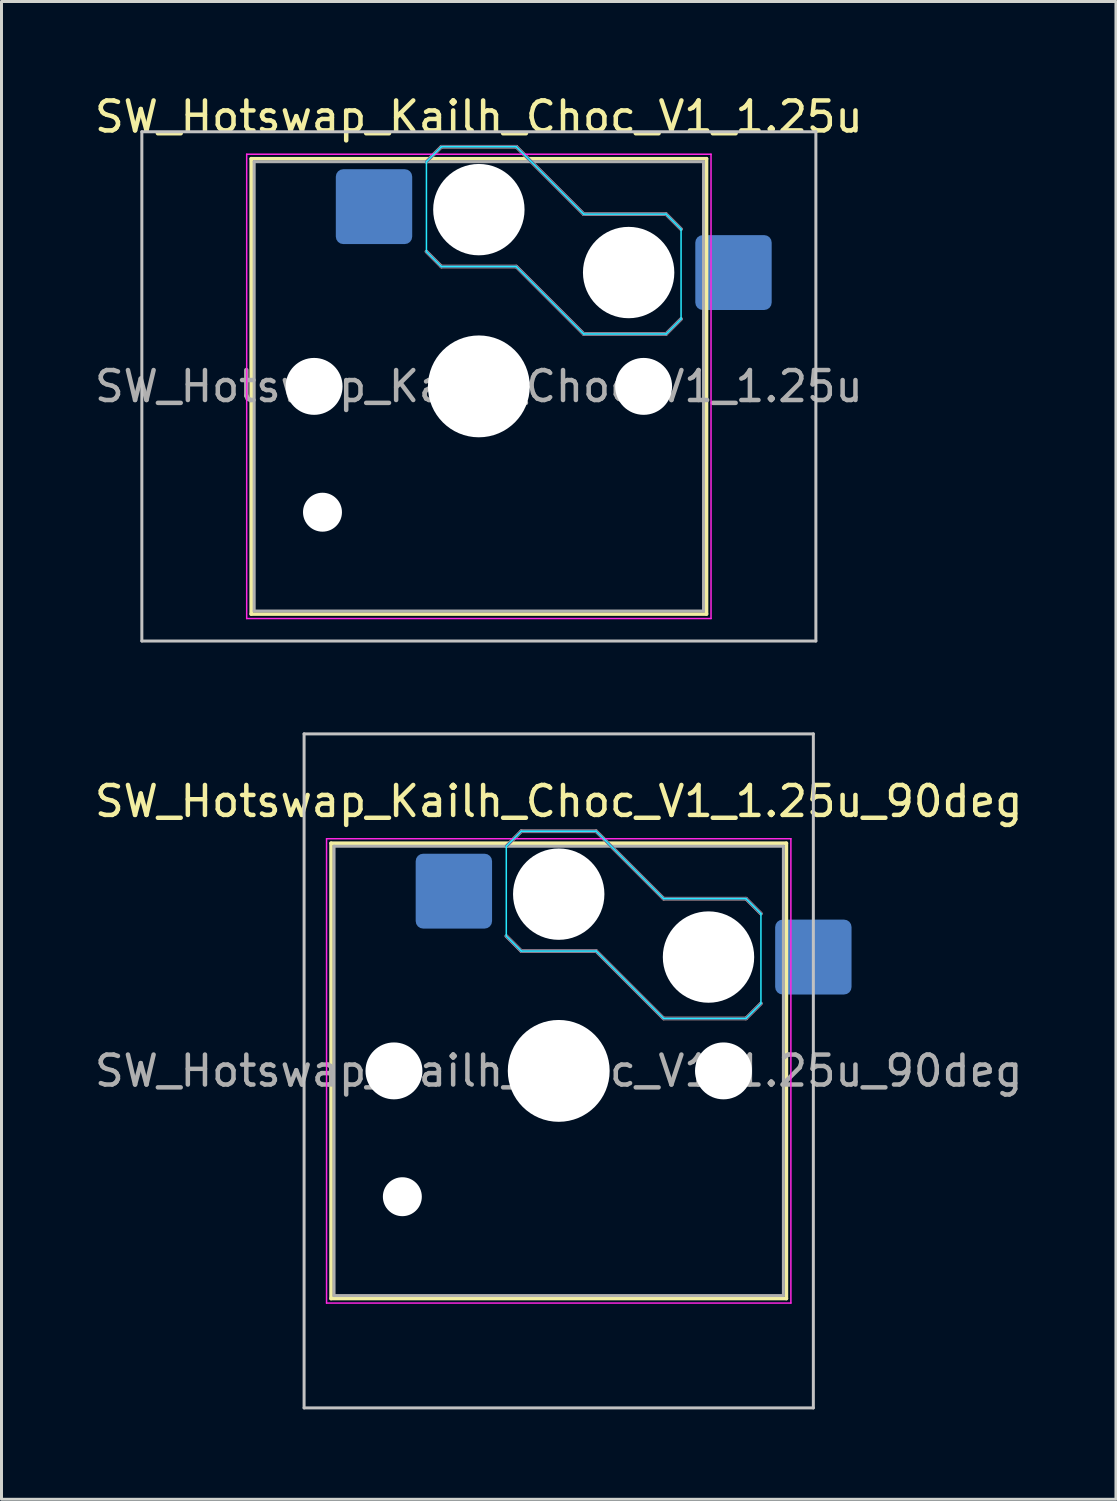
<source format=kicad_pcb>
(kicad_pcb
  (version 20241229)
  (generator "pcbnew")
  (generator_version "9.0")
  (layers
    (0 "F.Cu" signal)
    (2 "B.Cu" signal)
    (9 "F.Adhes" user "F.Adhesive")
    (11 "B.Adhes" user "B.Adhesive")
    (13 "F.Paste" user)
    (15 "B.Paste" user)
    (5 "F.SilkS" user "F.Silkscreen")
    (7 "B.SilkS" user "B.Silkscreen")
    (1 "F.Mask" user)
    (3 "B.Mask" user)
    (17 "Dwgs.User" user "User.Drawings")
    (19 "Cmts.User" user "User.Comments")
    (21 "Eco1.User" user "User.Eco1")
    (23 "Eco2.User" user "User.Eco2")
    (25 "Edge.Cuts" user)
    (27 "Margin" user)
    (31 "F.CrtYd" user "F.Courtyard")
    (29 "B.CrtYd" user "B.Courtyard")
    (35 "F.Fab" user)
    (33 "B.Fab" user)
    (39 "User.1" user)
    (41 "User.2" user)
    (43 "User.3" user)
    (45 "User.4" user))
  (footprint "SW_Hotswap_Kailh_Choc_V1_1.25u_90deg"
    (layer "F.Cu")
    (at 15.601 32.698)
    (property "Reference" "SW_Hotswap_Kailh_Choc_V1_1.25u_90deg" (at 0 -9 0) (layer "F.SilkS") (effects (font (size 1 1) (thickness 0.15))))
    (attr smd)
    (fp_line (start -7.6 -7.6) (end -7.6 7.6) (stroke (width 0.12) (type solid)) (layer "F.SilkS"))
    (fp_line (start -7.6 7.6) (end 7.6 7.6) (stroke (width 0.12) (type solid)) (layer "F.SilkS"))
    (fp_line (start 7.6 -7.6) (end -7.6 -7.6) (stroke (width 0.12) (type solid)) (layer "F.SilkS"))
    (fp_line (start 7.6 7.6) (end 7.6 -7.6) (stroke (width 0.12) (type solid)) (layer "F.SilkS"))
    (fp_line (start -1.75 -7.5) (end -1.25 -8) (stroke (width 0.12) (type solid)) (layer "B.SilkS"))
    (fp_line (start -1.25 -8) (end 1.25 -8) (stroke (width 0.12) (type solid)) (layer "B.SilkS"))
    (fp_line (start -1.25 -4) (end -1.75 -4.5) (stroke (width 0.12) (type solid)) (layer "B.SilkS"))
    (fp_line (start 1.25 -8) (end 3.5 -5.75) (stroke (width 0.12) (type solid)) (layer "B.SilkS"))
    (fp_line (start 1.25 -4) (end -1.25 -4) (stroke (width 0.12) (type solid)) (layer "B.SilkS"))
    (fp_line (start 3.5 -5.75) (end 6.25 -5.75) (stroke (width 0.12) (type solid)) (layer "B.SilkS"))
    (fp_line (start 3.5 -1.75) (end 1.25 -4) (stroke (width 0.12) (type solid)) (layer "B.SilkS"))
    (fp_line (start 6.25 -5.75) (end 6.75 -5.25) (stroke (width 0.12) (type solid)) (layer "B.SilkS"))
    (fp_line (start 6.25 -1.75) (end 3.5 -1.75) (stroke (width 0.12) (type solid)) (layer "B.SilkS"))
    (fp_line (start 6.75 -2.25) (end 6.25 -1.75) (stroke (width 0.12) (type solid)) (layer "B.SilkS"))
    (fp_line (start -8.5 -11.25) (end 8.5 -11.25) (stroke (width 0.1) (type solid)) (layer "Dwgs.User"))
    (fp_line (start -8.5 11.25) (end -8.5 -11.25) (stroke (width 0.1) (type solid)) (layer "Dwgs.User"))
    (fp_line (start 8.5 -11.25) (end 8.5 11.25) (stroke (width 0.1) (type solid)) (layer "Dwgs.User"))
    (fp_line (start 8.5 11.25) (end -8.5 11.25) (stroke (width 0.1) (type solid)) (layer "Dwgs.User"))
    (fp_line (start -7.25 -7.25) (end -7.25 7.25) (stroke (width 0.1) (type solid)) (layer "Eco1.User"))
    (fp_line (start -7.25 7.25) (end 7.25 7.25) (stroke (width 0.1) (type solid)) (layer "Eco1.User"))
    (fp_line (start 7.25 -7.25) (end -7.25 -7.25) (stroke (width 0.1) (type solid)) (layer "Eco1.User"))
    (fp_line (start 7.25 7.25) (end 7.25 -7.25) (stroke (width 0.1) (type solid)) (layer "Eco1.User"))
    (fp_line (start -1.75 -7.5) (end -1.25 -8) (stroke (width 0.05) (type solid)) (layer "B.CrtYd"))
    (fp_line (start -1.75 -4.5) (end -1.75 -7.5) (stroke (width 0.05) (type solid)) (layer "B.CrtYd"))
    (fp_line (start -1.25 -8) (end 1.25 -8) (stroke (width 0.05) (type solid)) (layer "B.CrtYd"))
    (fp_line (start -1.25 -4) (end -1.75 -4.5) (stroke (width 0.05) (type solid)) (layer "B.CrtYd"))
    (fp_line (start 1.25 -8) (end 3.5 -5.75) (stroke (width 0.05) (type solid)) (layer "B.CrtYd"))
    (fp_line (start 1.25 -4) (end -1.25 -4) (stroke (width 0.05) (type solid)) (layer "B.CrtYd"))
    (fp_line (start 3.5 -5.75) (end 6.25 -5.75) (stroke (width 0.05) (type solid)) (layer "B.CrtYd"))
    (fp_line (start 3.5 -1.75) (end 1.25 -4) (stroke (width 0.05) (type solid)) (layer "B.CrtYd"))
    (fp_line (start 6.25 -5.75) (end 6.75 -5.25) (stroke (width 0.05) (type solid)) (layer "B.CrtYd"))
    (fp_line (start 6.25 -1.75) (end 3.5 -1.75) (stroke (width 0.05) (type solid)) (layer "B.CrtYd"))
    (fp_line (start 6.75 -5.25) (end 6.75 -2.25) (stroke (width 0.05) (type solid)) (layer "B.CrtYd"))
    (fp_line (start 6.75 -2.25) (end 6.25 -1.75) (stroke (width 0.05) (type solid)) (layer "B.CrtYd"))
    (fp_line (start -7.75 -7.75) (end -7.75 7.75) (stroke (width 0.05) (type solid)) (layer "F.CrtYd"))
    (fp_line (start -7.75 7.75) (end 7.75 7.75) (stroke (width 0.05) (type solid)) (layer "F.CrtYd"))
    (fp_line (start 7.75 -7.75) (end -7.75 -7.75) (stroke (width 0.05) (type solid)) (layer "F.CrtYd"))
    (fp_line (start 7.75 7.75) (end 7.75 -7.75) (stroke (width 0.05) (type solid)) (layer "F.CrtYd"))
    (fp_line (start -1.75 -7.5) (end -1.25 -8) (stroke (width 0.1) (type solid)) (layer "B.Fab"))
    (fp_line (start -1.25 -8) (end 1.25 -8) (stroke (width 0.1) (type solid)) (layer "B.Fab"))
    (fp_line (start -1.25 -4) (end -1.75 -4.5) (stroke (width 0.1) (type solid)) (layer "B.Fab"))
    (fp_line (start 1.25 -8) (end 3.5 -5.75) (stroke (width 0.1) (type solid)) (layer "B.Fab"))
    (fp_line (start 1.25 -4) (end -1.25 -4) (stroke (width 0.1) (type solid)) (layer "B.Fab"))
    (fp_line (start 3.5 -5.75) (end 6.25 -5.75) (stroke (width 0.1) (type solid)) (layer "B.Fab"))
    (fp_line (start 3.5 -1.75) (end 1.25 -4) (stroke (width 0.1) (type solid)) (layer "B.Fab"))
    (fp_line (start 6.25 -5.75) (end 6.75 -5.25) (stroke (width 0.1) (type solid)) (layer "B.Fab"))
    (fp_line (start 6.25 -1.75) (end 3.5 -1.75) (stroke (width 0.1) (type solid)) (layer "B.Fab"))
    (fp_line (start 6.75 -2.25) (end 6.25 -1.75) (stroke (width 0.1) (type solid)) (layer "B.Fab"))
    (fp_line (start -7.5 -7.5) (end -7.5 7.5) (stroke (width 0.1) (type solid)) (layer "F.Fab"))
    (fp_line (start -7.5 7.5) (end 7.5 7.5) (stroke (width 0.1) (type solid)) (layer "F.Fab"))
    (fp_line (start 7.5 -7.5) (end -7.5 -7.5) (stroke (width 0.1) (type solid)) (layer "F.Fab"))
    (fp_line (start 7.5 7.5) (end 7.5 -7.5) (stroke (width 0.1) (type solid)) (layer "F.Fab"))
    (fp_text user "${REFERENCE}" (at 0 0 0) (layer "F.Fab") (effects (font (size 1 1) (thickness 0.15))))
    (pad "" np_thru_hole circle (at -5.5 0) (size 1.9 1.9) (drill 1.9) (layers "*.Cu" "*.Mask"))
    (pad "" np_thru_hole circle (at -5.22 4.2) (size 1.3 1.3) (drill 1.3) (layers "*.Cu" "*.Mask"))
    (pad "" np_thru_hole circle (at 0 -5.9) (size 3.05 3.05) (drill 3.05) (layers "*.Cu" "*.Mask"))
    (pad "" np_thru_hole circle (at 0 0) (size 3.4 3.4) (drill 3.4) (layers "*.Cu" "*.Mask"))
    (pad "" np_thru_hole circle (at 5 -3.8) (size 3.05 3.05) (drill 3.05) (layers "*.Cu" "*.Mask"))
    (pad "" np_thru_hole circle (at 5.5 0) (size 1.9 1.9) (drill 1.9) (layers "*.Cu" "*.Mask"))
    (pad "1" smd roundrect (at -3.5 -6) (size 2.55 2.5) (layers "B.Cu" "B.Mask" "B.Paste") (roundrect_rratio 0.1))
    (pad "2" smd roundrect (at 8.5 -3.8) (size 2.55 2.5) (layers "B.Cu" "B.Mask" "B.Paste") (roundrect_rratio 0.1)))
  (footprint "SW_Hotswap_Kailh_Choc_V1_1.25u"
    (layer "F.Cu")
    (at 12.935 9.848)
    (property "Reference" "SW_Hotswap_Kailh_Choc_V1_1.25u" (at 0 -9 0) (layer "F.SilkS") (effects (font (size 1 1) (thickness 0.15))))
    (attr smd)
    (fp_line (start -7.6 -7.6) (end -7.6 7.6) (stroke (width 0.12) (type solid)) (layer "F.SilkS"))
    (fp_line (start -7.6 7.6) (end 7.6 7.6) (stroke (width 0.12) (type solid)) (layer "F.SilkS"))
    (fp_line (start 7.6 -7.6) (end -7.6 -7.6) (stroke (width 0.12) (type solid)) (layer "F.SilkS"))
    (fp_line (start 7.6 7.6) (end 7.6 -7.6) (stroke (width 0.12) (type solid)) (layer "F.SilkS"))
    (fp_line (start -1.75 -7.5) (end -1.25 -8) (stroke (width 0.12) (type solid)) (layer "B.SilkS"))
    (fp_line (start -1.25 -8) (end 1.25 -8) (stroke (width 0.12) (type solid)) (layer "B.SilkS"))
    (fp_line (start -1.25 -4) (end -1.75 -4.5) (stroke (width 0.12) (type solid)) (layer "B.SilkS"))
    (fp_line (start 1.25 -8) (end 3.5 -5.75) (stroke (width 0.12) (type solid)) (layer "B.SilkS"))
    (fp_line (start 1.25 -4) (end -1.25 -4) (stroke (width 0.12) (type solid)) (layer "B.SilkS"))
    (fp_line (start 3.5 -5.75) (end 6.25 -5.75) (stroke (width 0.12) (type solid)) (layer "B.SilkS"))
    (fp_line (start 3.5 -1.75) (end 1.25 -4) (stroke (width 0.12) (type solid)) (layer "B.SilkS"))
    (fp_line (start 6.25 -5.75) (end 6.75 -5.25) (stroke (width 0.12) (type solid)) (layer "B.SilkS"))
    (fp_line (start 6.25 -1.75) (end 3.5 -1.75) (stroke (width 0.12) (type solid)) (layer "B.SilkS"))
    (fp_line (start 6.75 -2.25) (end 6.25 -1.75) (stroke (width 0.12) (type solid)) (layer "B.SilkS"))
    (fp_line (start -11.25 -8.5) (end -11.25 8.5) (stroke (width 0.1) (type solid)) (layer "Dwgs.User"))
    (fp_line (start -11.25 8.5) (end 11.25 8.5) (stroke (width 0.1) (type solid)) (layer "Dwgs.User"))
    (fp_line (start 11.25 -8.5) (end -11.25 -8.5) (stroke (width 0.1) (type solid)) (layer "Dwgs.User"))
    (fp_line (start 11.25 8.5) (end 11.25 -8.5) (stroke (width 0.1) (type solid)) (layer "Dwgs.User"))
    (fp_line (start -7.25 -7.25) (end -7.25 7.25) (stroke (width 0.1) (type solid)) (layer "Eco1.User"))
    (fp_line (start -7.25 7.25) (end 7.25 7.25) (stroke (width 0.1) (type solid)) (layer "Eco1.User"))
    (fp_line (start 7.25 -7.25) (end -7.25 -7.25) (stroke (width 0.1) (type solid)) (layer "Eco1.User"))
    (fp_line (start 7.25 7.25) (end 7.25 -7.25) (stroke (width 0.1) (type solid)) (layer "Eco1.User"))
    (fp_line (start -1.75 -7.5) (end -1.25 -8) (stroke (width 0.05) (type solid)) (layer "B.CrtYd"))
    (fp_line (start -1.75 -4.5) (end -1.75 -7.5) (stroke (width 0.05) (type solid)) (layer "B.CrtYd"))
    (fp_line (start -1.25 -8) (end 1.25 -8) (stroke (width 0.05) (type solid)) (layer "B.CrtYd"))
    (fp_line (start -1.25 -4) (end -1.75 -4.5) (stroke (width 0.05) (type solid)) (layer "B.CrtYd"))
    (fp_line (start 1.25 -8) (end 3.5 -5.75) (stroke (width 0.05) (type solid)) (layer "B.CrtYd"))
    (fp_line (start 1.25 -4) (end -1.25 -4) (stroke (width 0.05) (type solid)) (layer "B.CrtYd"))
    (fp_line (start 3.5 -5.75) (end 6.25 -5.75) (stroke (width 0.05) (type solid)) (layer "B.CrtYd"))
    (fp_line (start 3.5 -1.75) (end 1.25 -4) (stroke (width 0.05) (type solid)) (layer "B.CrtYd"))
    (fp_line (start 6.25 -5.75) (end 6.75 -5.25) (stroke (width 0.05) (type solid)) (layer "B.CrtYd"))
    (fp_line (start 6.25 -1.75) (end 3.5 -1.75) (stroke (width 0.05) (type solid)) (layer "B.CrtYd"))
    (fp_line (start 6.75 -5.25) (end 6.75 -2.25) (stroke (width 0.05) (type solid)) (layer "B.CrtYd"))
    (fp_line (start 6.75 -2.25) (end 6.25 -1.75) (stroke (width 0.05) (type solid)) (layer "B.CrtYd"))
    (fp_line (start -7.75 -7.75) (end -7.75 7.75) (stroke (width 0.05) (type solid)) (layer "F.CrtYd"))
    (fp_line (start -7.75 7.75) (end 7.75 7.75) (stroke (width 0.05) (type solid)) (layer "F.CrtYd"))
    (fp_line (start 7.75 -7.75) (end -7.75 -7.75) (stroke (width 0.05) (type solid)) (layer "F.CrtYd"))
    (fp_line (start 7.75 7.75) (end 7.75 -7.75) (stroke (width 0.05) (type solid)) (layer "F.CrtYd"))
    (fp_line (start -1.75 -7.5) (end -1.25 -8) (stroke (width 0.1) (type solid)) (layer "B.Fab"))
    (fp_line (start -1.25 -8) (end 1.25 -8) (stroke (width 0.1) (type solid)) (layer "B.Fab"))
    (fp_line (start -1.25 -4) (end -1.75 -4.5) (stroke (width 0.1) (type solid)) (layer "B.Fab"))
    (fp_line (start 1.25 -8) (end 3.5 -5.75) (stroke (width 0.1) (type solid)) (layer "B.Fab"))
    (fp_line (start 1.25 -4) (end -1.25 -4) (stroke (width 0.1) (type solid)) (layer "B.Fab"))
    (fp_line (start 3.5 -5.75) (end 6.25 -5.75) (stroke (width 0.1) (type solid)) (layer "B.Fab"))
    (fp_line (start 3.5 -1.75) (end 1.25 -4) (stroke (width 0.1) (type solid)) (layer "B.Fab"))
    (fp_line (start 6.25 -5.75) (end 6.75 -5.25) (stroke (width 0.1) (type solid)) (layer "B.Fab"))
    (fp_line (start 6.25 -1.75) (end 3.5 -1.75) (stroke (width 0.1) (type solid)) (layer "B.Fab"))
    (fp_line (start 6.75 -2.25) (end 6.25 -1.75) (stroke (width 0.1) (type solid)) (layer "B.Fab"))
    (fp_line (start -7.5 -7.5) (end -7.5 7.5) (stroke (width 0.1) (type solid)) (layer "F.Fab"))
    (fp_line (start -7.5 7.5) (end 7.5 7.5) (stroke (width 0.1) (type solid)) (layer "F.Fab"))
    (fp_line (start 7.5 -7.5) (end -7.5 -7.5) (stroke (width 0.1) (type solid)) (layer "F.Fab"))
    (fp_line (start 7.5 7.5) (end 7.5 -7.5) (stroke (width 0.1) (type solid)) (layer "F.Fab"))
    (fp_text user "${REFERENCE}" (at 0 0 0) (layer "F.Fab") (effects (font (size 1 1) (thickness 0.15))))
    (pad "" np_thru_hole circle (at -5.5 0) (size 1.9 1.9) (drill 1.9) (layers "*.Cu" "*.Mask"))
    (pad "" np_thru_hole circle (at -5.22 4.2) (size 1.3 1.3) (drill 1.3) (layers "*.Cu" "*.Mask"))
    (pad "" np_thru_hole circle (at 0 -5.9) (size 3.05 3.05) (drill 3.05) (layers "*.Cu" "*.Mask"))
    (pad "" np_thru_hole circle (at 0 0) (size 3.4 3.4) (drill 3.4) (layers "*.Cu" "*.Mask"))
    (pad "" np_thru_hole circle (at 5 -3.8) (size 3.05 3.05) (drill 3.05) (layers "*.Cu" "*.Mask"))
    (pad "" np_thru_hole circle (at 5.5 0) (size 1.9 1.9) (drill 1.9) (layers "*.Cu" "*.Mask"))
    (pad "1" smd roundrect (at -3.5 -6) (size 2.55 2.5) (layers "B.Cu" "B.Mask" "B.Paste") (roundrect_rratio 0.1))
    (pad "2" smd roundrect (at 8.5 -3.8) (size 2.55 2.5) (layers "B.Cu" "B.Mask" "B.Paste") (roundrect_rratio 0.1)))
  (gr_rect
    (start -3 -3)
    (end 34.202 46.998)
    (stroke (width 0.1) (type default))
    (fill no)
    (layer "Edge.Cuts")))
</source>
